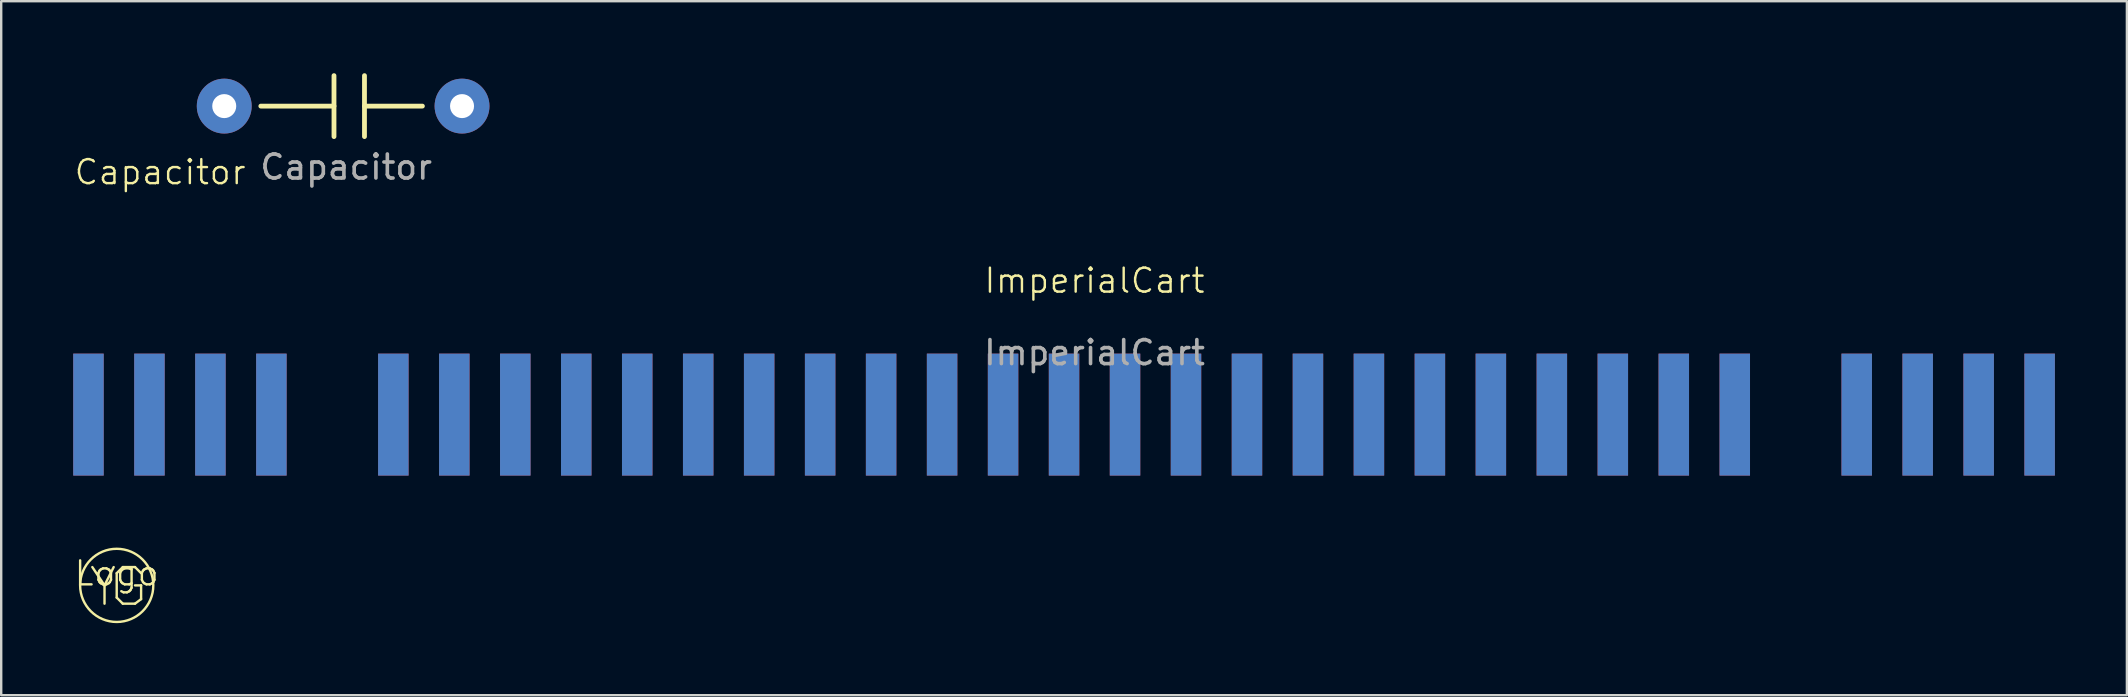
<source format=kicad_pcb>
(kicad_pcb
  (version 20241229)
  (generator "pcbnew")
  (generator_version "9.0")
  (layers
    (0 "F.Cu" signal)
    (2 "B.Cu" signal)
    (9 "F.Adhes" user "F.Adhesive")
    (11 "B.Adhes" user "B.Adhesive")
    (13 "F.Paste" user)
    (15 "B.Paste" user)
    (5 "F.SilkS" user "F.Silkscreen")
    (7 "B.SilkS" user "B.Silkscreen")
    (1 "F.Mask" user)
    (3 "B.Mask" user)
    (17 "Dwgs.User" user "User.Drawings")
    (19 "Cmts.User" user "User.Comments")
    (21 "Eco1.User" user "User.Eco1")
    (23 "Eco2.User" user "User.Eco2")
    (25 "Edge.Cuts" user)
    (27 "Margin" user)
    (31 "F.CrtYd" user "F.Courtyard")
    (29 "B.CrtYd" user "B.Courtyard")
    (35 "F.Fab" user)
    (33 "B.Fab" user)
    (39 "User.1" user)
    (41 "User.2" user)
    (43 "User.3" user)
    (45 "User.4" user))
  (footprint "ImperialCart"
    (layer "F.Cu")
    (at 42.545 11.681)
    (property "Reference" "ImperialCart" (at 0 -3.04 0) (unlocked yes) (layer "F.SilkS") (effects (font (size 1 1) (thickness 0.1))))
    (attr smd)
    (fp_text user "${REFERENCE}" (at 0 -0.04 0) (unlocked yes) (layer "F.Fab") (effects (font (size 1 1) (thickness 0.15))))
    (pad "1" smd rect (at 39.37 2.54) (size 1.27 5.08) (layers "B.Cu" "B.Mask"))
    (pad "2" smd rect (at 36.83 2.54) (size 1.27 5.08) (layers "B.Cu" "B.Mask"))
    (pad "3" smd rect (at 34.29 2.54) (size 1.27 5.08) (layers "B.Cu" "B.Mask"))
    (pad "4" smd rect (at 31.75 2.54) (size 1.27 5.08) (layers "B.Cu" "B.Mask"))
    (pad "5" smd rect (at 26.67 2.54) (size 1.27 5.08) (layers "B.Cu" "B.Mask"))
    (pad "6" smd rect (at 24.13 2.54) (size 1.27 5.08) (layers "B.Cu" "B.Mask"))
    (pad "7" smd rect (at 21.59 2.54) (size 1.27 5.08) (layers "B.Cu" "B.Mask"))
    (pad "8" smd rect (at 19.05 2.54) (size 1.27 5.08) (layers "B.Cu" "B.Mask"))
    (pad "9" smd rect (at 16.51 2.54) (size 1.27 5.08) (layers "B.Cu" "B.Mask"))
    (pad "10" smd rect (at 13.97 2.54) (size 1.27 5.08) (layers "B.Cu" "B.Mask"))
    (pad "11" smd rect (at 11.43 2.54) (size 1.27 5.08) (layers "B.Cu" "B.Mask"))
    (pad "12" smd rect (at 8.89 2.54) (size 1.27 5.08) (layers "B.Cu" "B.Mask"))
    (pad "13" smd rect (at 6.35 2.54) (size 1.27 5.08) (layers "B.Cu" "B.Mask"))
    (pad "14" smd rect (at 3.81 2.54) (size 1.27 5.08) (layers "B.Cu" "B.Mask"))
    (pad "15" smd rect (at 1.27 2.54) (size 1.27 5.08) (layers "B.Cu" "B.Mask"))
    (pad "16" smd rect (at -1.27 2.54) (size 1.27 5.08) (layers "B.Cu" "B.Mask"))
    (pad "17" smd rect (at -3.81 2.54) (size 1.27 5.08) (layers "B.Cu" "B.Mask"))
    (pad "18" smd rect (at -6.35 2.54) (size 1.27 5.08) (layers "B.Cu" "B.Mask"))
    (pad "19" smd rect (at -8.89 2.54) (size 1.27 5.08) (layers "B.Cu" "B.Mask"))
    (pad "20" smd rect (at -11.43 2.54) (size 1.27 5.08) (layers "B.Cu" "B.Mask"))
    (pad "21" smd rect (at -13.97 2.54) (size 1.27 5.08) (layers "B.Cu" "B.Mask"))
    (pad "22" smd rect (at -16.51 2.54) (size 1.27 5.08) (layers "B.Cu" "B.Mask"))
    (pad "23" smd rect (at -19.05 2.54) (size 1.27 5.08) (layers "B.Cu" "B.Mask"))
    (pad "24" smd rect (at -21.59 2.54) (size 1.27 5.08) (layers "B.Cu" "B.Mask"))
    (pad "25" smd rect (at -24.13 2.54) (size 1.27 5.08) (layers "B.Cu" "B.Mask"))
    (pad "26" smd rect (at -26.67 2.54) (size 1.27 5.08) (layers "B.Cu" "B.Mask"))
    (pad "27" smd rect (at -29.21 2.54) (size 1.27 5.08) (layers "B.Cu" "B.Mask"))
    (pad "28" smd rect (at -34.29 2.54) (size 1.27 5.08) (layers "B.Cu" "B.Mask"))
    (pad "29" smd rect (at -36.83 2.54) (size 1.27 5.08) (layers "B.Cu" "B.Mask"))
    (pad "30" smd rect (at -39.37 2.54) (size 1.27 5.08) (layers "B.Cu" "B.Mask"))
    (pad "31" smd rect (at -41.91 2.54) (size 1.27 5.08) (layers "B.Cu" "B.Mask"))
    (pad "32" smd rect (at 39.37 2.54) (size 1.27 5.08) (layers "F.Cu" "F.Mask"))
    (pad "33" smd rect (at 36.83 2.54) (size 1.27 5.08) (layers "F.Cu" "F.Mask"))
    (pad "34" smd rect (at 34.29 2.54) (size 1.27 5.08) (layers "F.Cu" "F.Mask"))
    (pad "35" smd rect (at 31.75 2.54) (size 1.27 5.08) (layers "F.Cu" "F.Mask"))
    (pad "36" smd rect (at 26.67 2.54) (size 1.27 5.08) (layers "F.Cu" "F.Mask"))
    (pad "37" smd rect (at 24.13 2.54) (size 1.27 5.08) (layers "F.Cu" "F.Mask"))
    (pad "38" smd rect (at 21.59 2.54) (size 1.27 5.08) (layers "F.Cu" "F.Mask"))
    (pad "39" smd rect (at 19.05 2.54) (size 1.27 5.08) (layers "F.Cu" "F.Mask"))
    (pad "40" smd rect (at 16.51 2.54) (size 1.27 5.08) (layers "F.Cu" "F.Mask"))
    (pad "41" smd rect (at 13.97 2.54) (size 1.27 5.08) (layers "F.Cu" "F.Mask"))
    (pad "42" smd rect (at 11.43 2.54) (size 1.27 5.08) (layers "F.Cu" "F.Mask"))
    (pad "43" smd rect (at 8.89 2.54) (size 1.27 5.08) (layers "F.Cu" "F.Mask"))
    (pad "44" smd rect (at 6.35 2.54) (size 1.27 5.08) (layers "F.Cu" "F.Mask"))
    (pad "45" smd rect (at 3.81 2.54) (size 1.27 5.08) (layers "F.Cu" "F.Mask"))
    (pad "46" smd rect (at 1.27 2.54) (size 1.27 5.08) (layers "F.Cu" "F.Mask"))
    (pad "47" smd rect (at -1.27 2.54) (size 1.27 5.08) (layers "F.Cu" "F.Mask"))
    (pad "48" smd rect (at -3.81 2.54) (size 1.27 5.08) (layers "F.Cu" "F.Mask"))
    (pad "49" smd rect (at -6.35 2.54) (size 1.27 5.08) (layers "F.Cu" "F.Mask"))
    (pad "50" smd rect (at -8.89 2.54) (size 1.27 5.08) (layers "F.Cu" "F.Mask"))
    (pad "51" smd rect (at -11.43 2.54) (size 1.27 5.08) (layers "F.Cu" "F.Mask"))
    (pad "52" smd rect (at -13.97 2.54) (size 1.27 5.08) (layers "F.Cu" "F.Mask"))
    (pad "53" smd rect (at -16.51 2.54) (size 1.27 5.08) (layers "F.Cu" "F.Mask"))
    (pad "54" smd rect (at -19.05 2.54) (size 1.27 5.08) (layers "F.Cu" "F.Mask"))
    (pad "55" smd rect (at -21.59 2.54) (size 1.27 5.08) (layers "F.Cu" "F.Mask"))
    (pad "56" smd rect (at -24.13 2.54) (size 1.27 5.08) (layers "F.Cu" "F.Mask"))
    (pad "57" smd rect (at -26.67 2.54) (size 1.27 5.08) (layers "F.Cu" "F.Mask"))
    (pad "58" smd rect (at -29.21 2.54) (size 1.27 5.08) (layers "F.Cu" "F.Mask"))
    (pad "59" smd rect (at -34.29 2.54) (size 1.27 5.08) (layers "F.Cu" "F.Mask"))
    (pad "60" smd rect (at -36.83 2.54) (size 1.27 5.08) (layers "F.Cu" "F.Mask"))
    (pad "61" smd rect (at -39.37 2.54) (size 1.27 5.08) (layers "F.Cu" "F.Mask"))
    (pad "62" smd rect (at -41.91 2.54) (size 1.27 5.08) (layers "F.Cu" "F.Mask")))
  (footprint "Capacitor"
    (layer "F.Cu")
    (at 11.371 1.37)
    (property "Reference" "Capacitor" (at -7.75 2.75 0) (unlocked yes) (layer "F.SilkS") (effects (font (size 1 1) (thickness 0.1))))
    (attr smd)
    (fp_line (start -3.556 0) (end -0.508 0) (stroke (width 0.2) (type default)) (layer "F.SilkS"))
    (fp_line (start -0.508 -1.27) (end -0.508 1.27) (stroke (width 0.2) (type default)) (layer "F.SilkS"))
    (fp_line (start 0.762 -1.27) (end 0.762 1.27) (stroke (width 0.2) (type default)) (layer "F.SilkS"))
    (fp_line (start 0.762 0) (end 3.175 0) (stroke (width 0.2) (type default)) (layer "F.SilkS"))
    (fp_text user "${REFERENCE}" (at 0 2.54 0) (unlocked yes) (layer "F.Fab") (effects (font (size 1 1) (thickness 0.15))))
    (pad "1" thru_hole circle (at -5.08 0) (size 2.286 2.286) (drill 1) (layers "*.Cu" "*.Mask"))
    (pad "2" thru_hole circle (at 4.826 0) (size 2.286 2.286) (drill 1) (layers "*.Cu" "*.Mask")))
  (footprint "Logo"
    (layer "F.Cu")
    (at 1.812 21.335)
    (property "Reference" "Logo" (at 0 -0.5 0) (unlocked yes) (layer "F.SilkS") (effects (font (size 1 1) (thickness 0.1))))
    (attr smd)
    (fp_line (start -1.016 -0.762) (end -0.508 0) (stroke (width 0.1) (type default)) (layer "F.SilkS"))
    (fp_line (start -0.508 0) (end -0.508 0.762) (stroke (width 0.1) (type default)) (layer "F.SilkS"))
    (fp_line (start -0.508 0) (end -0.127 -0.762) (stroke (width 0.1) (type default)) (layer "F.SilkS"))
    (fp_line (start 0 -0.508) (end 0 0.508) (stroke (width 0.1) (type default)) (layer "F.SilkS"))
    (fp_line (start 0 0.508) (end 0.254 0.762) (stroke (width 0.1) (type default)) (layer "F.SilkS"))
    (fp_line (start 0.254 -0.762) (end 0 -0.508) (stroke (width 0.1) (type default)) (layer "F.SilkS"))
    (fp_line (start 0.254 0.762) (end 0.762 0.762) (stroke (width 0.1) (type default)) (layer "F.SilkS"))
    (fp_line (start 0.762 -0.762) (end 0.254 -0.762) (stroke (width 0.1) (type default)) (layer "F.SilkS"))
    (fp_line (start 0.762 -0.762) (end 1.016 -0.508) (stroke (width 0.1) (type default)) (layer "F.SilkS"))
    (fp_line (start 0.762 0.762) (end 1.016 0.572) (stroke (width 0.1) (type default)) (layer "F.SilkS"))
    (fp_line (start 1.016 0) (end 0.762 0) (stroke (width 0.1) (type default)) (layer "F.SilkS"))
    (fp_line (start 1.016 0.572) (end 1.016 0) (stroke (width 0.1) (type default)) (layer "F.SilkS"))
    (fp_circle (center 0 0) (end 0 -1.524) (stroke (width 0.1) (type default)) (fill no) (layer "F.SilkS")))
  (gr_rect
    (start -3 -3)
    (end 85.55 25.909)
    (stroke (width 0.1) (type default))
    (fill no)
    (layer "Edge.Cuts")))
</source>
